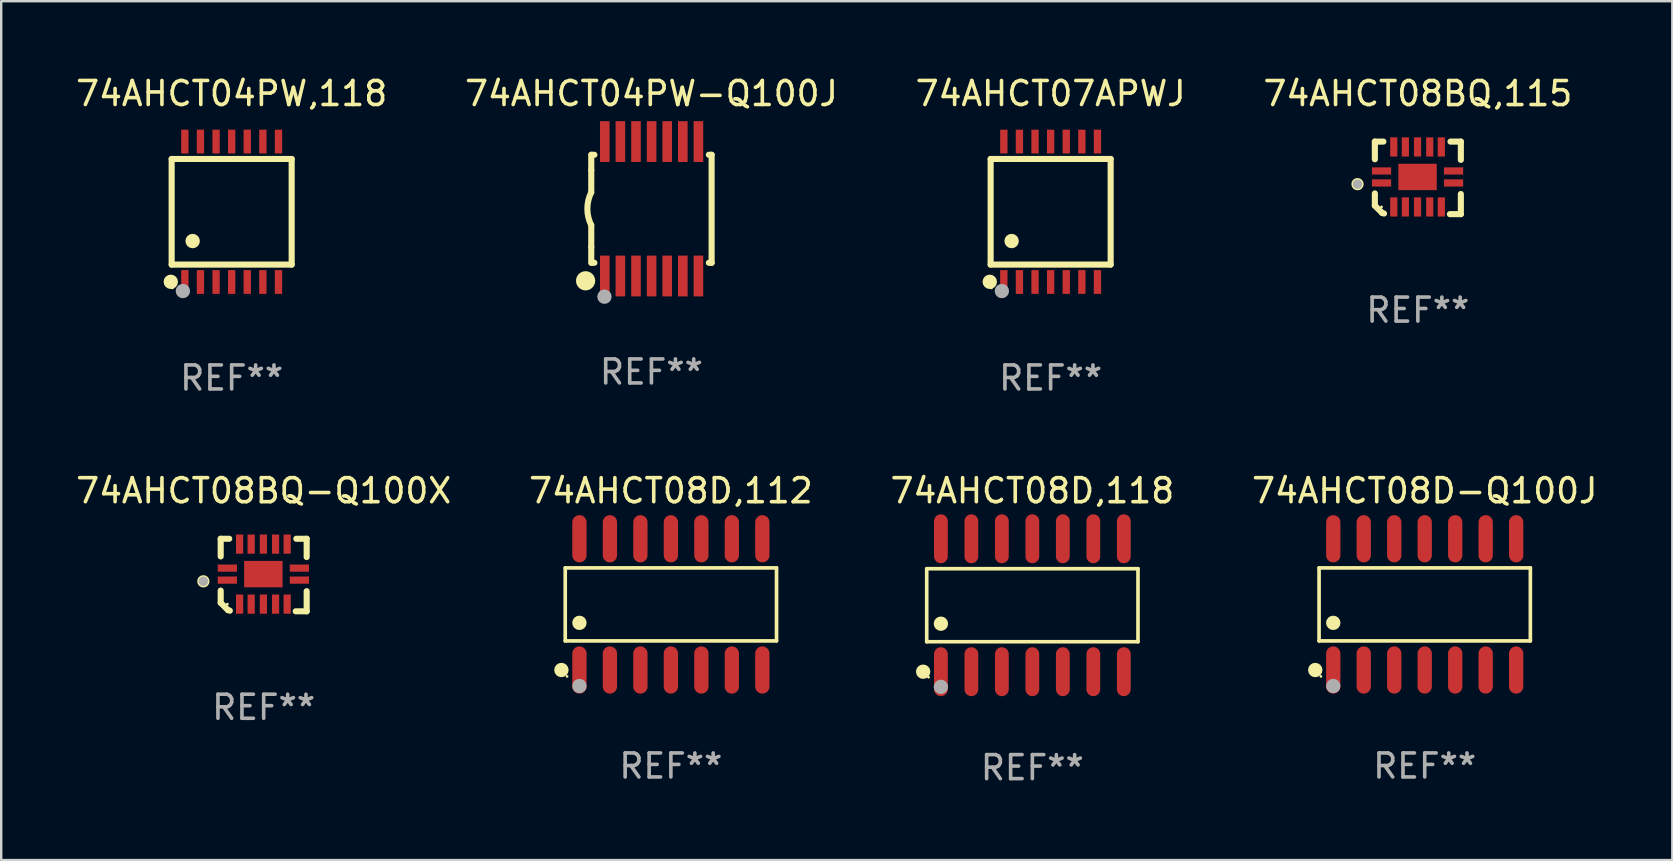
<source format=kicad_pcb>
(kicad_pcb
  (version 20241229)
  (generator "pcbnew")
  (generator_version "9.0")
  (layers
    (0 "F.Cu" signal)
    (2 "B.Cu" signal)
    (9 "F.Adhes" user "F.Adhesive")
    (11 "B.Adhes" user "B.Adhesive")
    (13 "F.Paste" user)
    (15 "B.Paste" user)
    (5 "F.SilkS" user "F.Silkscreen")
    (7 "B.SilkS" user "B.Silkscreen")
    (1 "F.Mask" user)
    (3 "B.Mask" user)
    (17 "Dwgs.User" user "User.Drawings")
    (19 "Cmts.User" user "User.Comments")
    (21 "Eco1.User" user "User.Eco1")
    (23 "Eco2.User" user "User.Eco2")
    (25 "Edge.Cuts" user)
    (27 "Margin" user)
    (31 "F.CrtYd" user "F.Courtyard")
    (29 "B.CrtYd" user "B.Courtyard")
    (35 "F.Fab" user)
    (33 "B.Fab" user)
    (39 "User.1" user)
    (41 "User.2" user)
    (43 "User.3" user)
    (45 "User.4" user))
  (footprint "74AHCT08D-Q100J"
    (layer "F.Cu")
    (at 56.304 22.129)
    (property "Reference" "74AHCT08D-Q100J" (at 0 -4.734 0) (layer "F.SilkS") (effects (font (size 1 1) (thickness 0.15))))
    (attr through_hole)
    (fp_line (start -4.401 -1.521) (end 4.401 -1.521) (stroke (width 0.152) (type solid)) (layer "F.SilkS"))
    (fp_line (start -4.401 1.521) (end -4.401 -1.521) (stroke (width 0.152) (type solid)) (layer "F.SilkS"))
    (fp_line (start 4.401 -1.521) (end 4.401 1.521) (stroke (width 0.152) (type solid)) (layer "F.SilkS"))
    (fp_line (start 4.401 1.521) (end -4.401 1.521) (stroke (width 0.152) (type solid)) (layer "F.SilkS"))
    (fp_circle (center -4.56 2.734) (end -4.41 2.734) (stroke (width 0.3) (type solid)) (fill no) (layer "F.SilkS"))
    (fp_circle (center -4.325 3) (end -4.295 3) (stroke (width 0.06) (type solid)) (fill no) (layer "F.SilkS"))
    (fp_circle (center -3.81 0.769) (end -3.66 0.769) (stroke (width 0.3) (type solid)) (fill no) (layer "F.SilkS"))
    (fp_circle (center -3.81 3.4) (end -3.66 3.4) (stroke (width 0.3) (type solid)) (fill no) (layer "F.Fab"))
    (fp_text user "REF**" (at 0 6.734 0) (layer "F.Fab") (effects (font (size 1 1) (thickness 0.15))))
    (pad "1" smd oval (at -3.81 2.734) (size 0.595 1.968) (layers "F.Cu" "F.Mask" "F.Paste"))
    (pad "2" smd oval (at -2.54 2.734) (size 0.595 1.968) (layers "F.Cu" "F.Mask" "F.Paste"))
    (pad "3" smd oval (at -1.27 2.734) (size 0.595 1.968) (layers "F.Cu" "F.Mask" "F.Paste"))
    (pad "4" smd oval (at 0 2.734) (size 0.595 1.968) (layers "F.Cu" "F.Mask" "F.Paste"))
    (pad "5" smd oval (at 1.27 2.734) (size 0.595 1.968) (layers "F.Cu" "F.Mask" "F.Paste"))
    (pad "6" smd oval (at 2.54 2.734) (size 0.595 1.968) (layers "F.Cu" "F.Mask" "F.Paste"))
    (pad "7" smd oval (at 3.81 2.734) (size 0.595 1.968) (layers "F.Cu" "F.Mask" "F.Paste"))
    (pad "8" smd oval (at 3.81 -2.734) (size 0.595 1.968) (layers "F.Cu" "F.Mask" "F.Paste"))
    (pad "9" smd oval (at 2.54 -2.734) (size 0.595 1.968) (layers "F.Cu" "F.Mask" "F.Paste"))
    (pad "10" smd oval (at 1.27 -2.734) (size 0.595 1.968) (layers "F.Cu" "F.Mask" "F.Paste"))
    (pad "11" smd oval (at 0 -2.734) (size 0.595 1.968) (layers "F.Cu" "F.Mask" "F.Paste"))
    (pad "12" smd oval (at -1.27 -2.734) (size 0.595 1.968) (layers "F.Cu" "F.Mask" "F.Paste"))
    (pad "13" smd oval (at -2.54 -2.734) (size 0.595 1.968) (layers "F.Cu" "F.Mask" "F.Paste"))
    (pad "14" smd oval (at -3.81 -2.734) (size 0.595 1.968) (layers "F.Cu" "F.Mask" "F.Paste")))
  (footprint "74AHCT08BQ,115"
    (layer "F.Cu")
    (at 56.018 4.36)
    (property "Reference" "74AHCT08BQ,115" (at 0 -3.511 0) (layer "F.SilkS") (effects (font (size 1 1) (thickness 0.15))))
    (attr through_hole)
    (fp_line (start -1.791 -1.511) (end -1.435 -1.511) (stroke (width 0.254) (type solid)) (layer "F.SilkS"))
    (fp_line (start -1.791 -0.775) (end -1.791 -1.511) (stroke (width 0.254) (type solid)) (layer "F.SilkS"))
    (fp_line (start -1.791 1.156) (end -1.791 0.648) (stroke (width 0.254) (type solid)) (layer "F.SilkS"))
    (fp_line (start -1.486 1.461) (end -1.791 1.156) (stroke (width 0.254) (type solid)) (layer "F.SilkS"))
    (fp_line (start -1.41 1.486) (end -1.486 1.461) (stroke (width 0.254) (type solid)) (layer "F.SilkS"))
    (fp_line (start 1.334 1.511) (end 1.791 1.511) (stroke (width 0.254) (type solid)) (layer "F.SilkS"))
    (fp_line (start 1.791 -1.511) (end 1.359 -1.511) (stroke (width 0.254) (type solid)) (layer "F.SilkS"))
    (fp_line (start 1.791 -0.749) (end 1.791 -1.511) (stroke (width 0.254) (type solid)) (layer "F.SilkS"))
    (fp_line (start 1.791 1.511) (end 1.791 0.673) (stroke (width 0.254) (type solid)) (layer "F.SilkS"))
    (fp_circle (center -2.513 0.262) (end -2.383 0.262) (stroke (width 0.254) (type solid)) (fill no) (layer "F.SilkS"))
    (fp_circle (center -1.513 1.212) (end -1.483 1.212) (stroke (width 0.06) (type solid)) (fill no) (layer "F.SilkS"))
    (fp_circle (center -2.513 0.262) (end -2.413 0.262) (stroke (width 0.2) (type solid)) (fill no) (layer "F.Fab"))
    (fp_text user "REF**" (at 0 5.511 0) (layer "F.Fab") (effects (font (size 1 1) (thickness 0.15))))
    (pad "1" smd rect (at -1.513 0.212) (size 0.8 0.3) (layers "F.Cu" "F.Mask" "F.Paste"))
    (pad "2" smd rect (at -1.003 1.212) (size 0.3 0.8) (layers "F.Cu" "F.Mask" "F.Paste"))
    (pad "3" smd rect (at -0.521 1.212) (size 0.3 0.8) (layers "F.Cu" "F.Mask" "F.Paste"))
    (pad "4" smd rect (at -0.013 1.212) (size 0.3 0.8) (layers "F.Cu" "F.Mask" "F.Paste"))
    (pad "5" smd rect (at 0.495 1.212) (size 0.3 0.8) (layers "F.Cu" "F.Mask" "F.Paste"))
    (pad "6" smd rect (at 0.978 1.212) (size 0.3 0.8) (layers "F.Cu" "F.Mask" "F.Paste"))
    (pad "7" smd rect (at 1.487 0.212) (size 0.8 0.3) (layers "F.Cu" "F.Mask" "F.Paste"))
    (pad "8" smd rect (at 1.487 -0.288) (size 0.8 0.3) (layers "F.Cu" "F.Mask" "F.Paste"))
    (pad "9" smd rect (at 0.978 -1.288) (size 0.3 0.8) (layers "F.Cu" "F.Mask" "F.Paste"))
    (pad "10" smd rect (at 0.495 -1.288) (size 0.3 0.8) (layers "F.Cu" "F.Mask" "F.Paste"))
    (pad "11" smd rect (at -0.013 -1.288) (size 0.3 0.8) (layers "F.Cu" "F.Mask" "F.Paste"))
    (pad "12" smd rect (at -0.521 -1.288) (size 0.3 0.8) (layers "F.Cu" "F.Mask" "F.Paste"))
    (pad "13" smd rect (at -1.003 -1.288) (size 0.3 0.8) (layers "F.Cu" "F.Mask" "F.Paste"))
    (pad "14" smd rect (at -1.513 -0.288) (size 0.8 0.3) (layers "F.Cu" "F.Mask" "F.Paste"))
    (pad "15" smd rect (at -0.013 -0.038 90) (size 1.1 1.6) (layers "F.Cu" "F.Mask" "F.Paste")))
  (footprint "74AHCT08BQ-Q100X"
    (layer "F.Cu")
    (at 7.935 20.906)
    (property "Reference" "74AHCT08BQ-Q100X" (at 0 -3.511 0) (layer "F.SilkS") (effects (font (size 1 1) (thickness 0.15))))
    (attr through_hole)
    (fp_line (start -1.791 -1.511) (end -1.435 -1.511) (stroke (width 0.254) (type solid)) (layer "F.SilkS"))
    (fp_line (start -1.791 -0.775) (end -1.791 -1.511) (stroke (width 0.254) (type solid)) (layer "F.SilkS"))
    (fp_line (start -1.791 1.156) (end -1.791 0.648) (stroke (width 0.254) (type solid)) (layer "F.SilkS"))
    (fp_line (start -1.486 1.461) (end -1.791 1.156) (stroke (width 0.254) (type solid)) (layer "F.SilkS"))
    (fp_line (start -1.41 1.486) (end -1.486 1.461) (stroke (width 0.254) (type solid)) (layer "F.SilkS"))
    (fp_line (start 1.334 1.511) (end 1.791 1.511) (stroke (width 0.254) (type solid)) (layer "F.SilkS"))
    (fp_line (start 1.791 -1.511) (end 1.359 -1.511) (stroke (width 0.254) (type solid)) (layer "F.SilkS"))
    (fp_line (start 1.791 -0.749) (end 1.791 -1.511) (stroke (width 0.254) (type solid)) (layer "F.SilkS"))
    (fp_line (start 1.791 1.511) (end 1.791 0.673) (stroke (width 0.254) (type solid)) (layer "F.SilkS"))
    (fp_circle (center -2.513 0.262) (end -2.383 0.262) (stroke (width 0.254) (type solid)) (fill no) (layer "F.SilkS"))
    (fp_circle (center -1.513 1.212) (end -1.483 1.212) (stroke (width 0.06) (type solid)) (fill no) (layer "F.SilkS"))
    (fp_circle (center -2.513 0.262) (end -2.413 0.262) (stroke (width 0.2) (type solid)) (fill no) (layer "F.Fab"))
    (fp_text user "REF**" (at 0 5.511 0) (layer "F.Fab") (effects (font (size 1 1) (thickness 0.15))))
    (pad "1" smd rect (at -1.513 0.212) (size 0.8 0.3) (layers "F.Cu" "F.Mask" "F.Paste"))
    (pad "2" smd rect (at -1.003 1.212) (size 0.3 0.8) (layers "F.Cu" "F.Mask" "F.Paste"))
    (pad "3" smd rect (at -0.521 1.212) (size 0.3 0.8) (layers "F.Cu" "F.Mask" "F.Paste"))
    (pad "4" smd rect (at -0.013 1.212) (size 0.3 0.8) (layers "F.Cu" "F.Mask" "F.Paste"))
    (pad "5" smd rect (at 0.495 1.212) (size 0.3 0.8) (layers "F.Cu" "F.Mask" "F.Paste"))
    (pad "6" smd rect (at 0.978 1.212) (size 0.3 0.8) (layers "F.Cu" "F.Mask" "F.Paste"))
    (pad "7" smd rect (at 1.487 0.212) (size 0.8 0.3) (layers "F.Cu" "F.Mask" "F.Paste"))
    (pad "8" smd rect (at 1.487 -0.288) (size 0.8 0.3) (layers "F.Cu" "F.Mask" "F.Paste"))
    (pad "9" smd rect (at 0.978 -1.288) (size 0.3 0.8) (layers "F.Cu" "F.Mask" "F.Paste"))
    (pad "10" smd rect (at 0.495 -1.288) (size 0.3 0.8) (layers "F.Cu" "F.Mask" "F.Paste"))
    (pad "11" smd rect (at -0.013 -1.288) (size 0.3 0.8) (layers "F.Cu" "F.Mask" "F.Paste"))
    (pad "12" smd rect (at -0.521 -1.288) (size 0.3 0.8) (layers "F.Cu" "F.Mask" "F.Paste"))
    (pad "13" smd rect (at -1.003 -1.288) (size 0.3 0.8) (layers "F.Cu" "F.Mask" "F.Paste"))
    (pad "14" smd rect (at -1.513 -0.288) (size 0.8 0.3) (layers "F.Cu" "F.Mask" "F.Paste"))
    (pad "15" smd rect (at -0.013 -0.038 90) (size 1.1 1.6) (layers "F.Cu" "F.Mask" "F.Paste")))
  (footprint "74AHCT04PW-Q100J"
    (layer "F.Cu")
    (at 24.089 5.648)
    (property "Reference" "74AHCT04PW-Q100J" (at 0 -4.8 0) (layer "F.SilkS") (effects (font (size 1 1) (thickness 0.15))))
    (attr through_hole)
    (fp_line (start -2.507 -1.6) (end -2.507 -2.25) (stroke (width 0.254) (type solid)) (layer "F.SilkS"))
    (fp_line (start -2.507 -0.686) (end -2.507 -1.6) (stroke (width 0.254) (type solid)) (layer "F.SilkS"))
    (fp_line (start -2.507 1.6) (end -2.507 0.686) (stroke (width 0.254) (type solid)) (layer "F.SilkS"))
    (fp_line (start -2.507 1.6) (end -2.507 2.25) (stroke (width 0.254) (type solid)) (layer "F.SilkS"))
    (fp_line (start -2.493 -2.25) (end -2.377 -2.25) (stroke (width 0.254) (type solid)) (layer "F.SilkS"))
    (fp_line (start -2.377 2.25) (end -2.493 2.25) (stroke (width 0.254) (type solid)) (layer "F.SilkS"))
    (fp_line (start 2.392 -2.25) (end 2.507 -2.25) (stroke (width 0.254) (type solid)) (layer "F.SilkS"))
    (fp_line (start 2.507 -2.25) (end 2.507 2.25) (stroke (width 0.254) (type solid)) (layer "F.SilkS"))
    (fp_line (start 2.507 2.25) (end 2.392 2.25) (stroke (width 0.254) (type solid)) (layer "F.SilkS"))
    (fp_arc (start -2.507303 0.685802) (mid -2.669199 0) (end -2.507303 -0.685801) (stroke (width 0.254001) (type solid)) (layer "F.SilkS"))
    (fp_circle (center -2.743 3) (end -2.543 3) (stroke (width 0.4) (type solid)) (fill no) (layer "F.SilkS"))
    (fp_circle (center -2.493 3.2) (end -2.463 3.2) (stroke (width 0.06) (type solid)) (fill no) (layer "F.SilkS"))
    (fp_circle (center -1.957 3.662) (end -1.807 3.662) (stroke (width 0.3) (type solid)) (fill no) (layer "F.Fab"))
    (fp_text user "REF**" (at 0 6.8 0) (layer "F.Fab") (effects (font (size 1 1) (thickness 0.15))))
    (pad "1" smd rect (at -1.943 2.8) (size 0.4 1.7) (layers "F.Cu" "F.Mask" "F.Paste"))
    (pad "2" smd rect (at -1.293 2.8) (size 0.4 1.7) (layers "F.Cu" "F.Mask" "F.Paste"))
    (pad "3" smd rect (at -0.643 2.8) (size 0.4 1.7) (layers "F.Cu" "F.Mask" "F.Paste"))
    (pad "4" smd rect (at 0.007 2.8) (size 0.4 1.7) (layers "F.Cu" "F.Mask" "F.Paste"))
    (pad "5" smd rect (at 0.657 2.8) (size 0.4 1.7) (layers "F.Cu" "F.Mask" "F.Paste"))
    (pad "6" smd rect (at 1.307 2.8) (size 0.4 1.7) (layers "F.Cu" "F.Mask" "F.Paste"))
    (pad "7" smd rect (at 1.957 2.8) (size 0.4 1.7) (layers "F.Cu" "F.Mask" "F.Paste"))
    (pad "8" smd rect (at 1.957 -2.8) (size 0.4 1.7) (layers "F.Cu" "F.Mask" "F.Paste"))
    (pad "9" smd rect (at 1.307 -2.8) (size 0.4 1.7) (layers "F.Cu" "F.Mask" "F.Paste"))
    (pad "10" smd rect (at 0.657 -2.8) (size 0.4 1.7) (layers "F.Cu" "F.Mask" "F.Paste"))
    (pad "11" smd rect (at 0.007 -2.8) (size 0.4 1.7) (layers "F.Cu" "F.Mask" "F.Paste"))
    (pad "12" smd rect (at -0.643 -2.8) (size 0.4 1.7) (layers "F.Cu" "F.Mask" "F.Paste"))
    (pad "13" smd rect (at -1.293 -2.8) (size 0.4 1.7) (layers "F.Cu" "F.Mask" "F.Paste"))
    (pad "14" smd rect (at -1.943 -2.8) (size 0.4 1.7) (layers "F.Cu" "F.Mask" "F.Paste")))
  (footprint "74AHCT04PW,118"
    (layer "F.Cu")
    (at 6.601 5.773)
    (property "Reference" "74AHCT04PW,118" (at 0 -4.925 0) (layer "F.SilkS") (effects (font (size 1 1) (thickness 0.15))))
    (attr through_hole)
    (fp_line (start -2.5 2.2) (end -2.5 -2.2) (stroke (width 0.254) (type solid)) (layer "F.SilkS"))
    (fp_line (start -2.5 2.2) (end 2.5 2.2) (stroke (width 0.254) (type solid)) (layer "F.SilkS"))
    (fp_line (start 2.5 -2.2) (end -2.5 -2.2) (stroke (width 0.254) (type solid)) (layer "F.SilkS"))
    (fp_line (start 2.5 -2.2) (end 2.5 2.2) (stroke (width 0.254) (type solid)) (layer "F.SilkS"))
    (fp_circle (center -2.536 2.917) (end -2.386 2.917) (stroke (width 0.3) (type solid)) (fill no) (layer "F.SilkS"))
    (fp_circle (center -2.47 3.17) (end -2.44 3.17) (stroke (width 0.06) (type solid)) (fill no) (layer "F.SilkS"))
    (fp_circle (center -1.626 1.219) (end -1.475 1.219) (stroke (width 0.3) (type solid)) (fill no) (layer "F.SilkS"))
    (fp_circle (center -2.032 3.302) (end -1.882 3.302) (stroke (width 0.3) (type solid)) (fill no) (layer "F.Fab"))
    (fp_text user "REF**" (at 0 6.925 0) (layer "F.Fab") (effects (font (size 1 1) (thickness 0.15))))
    (pad "1" smd rect (at -1.95 2.925) (size 0.305 0.991) (layers "F.Cu" "F.Mask" "F.Paste"))
    (pad "2" smd rect (at -1.3 2.925) (size 0.305 0.991) (layers "F.Cu" "F.Mask" "F.Paste"))
    (pad "3" smd rect (at -0.65 2.925) (size 0.305 0.991) (layers "F.Cu" "F.Mask" "F.Paste"))
    (pad "4" smd rect (at 0 2.925) (size 0.305 0.991) (layers "F.Cu" "F.Mask" "F.Paste"))
    (pad "5" smd rect (at 0.65 2.925) (size 0.305 0.991) (layers "F.Cu" "F.Mask" "F.Paste"))
    (pad "6" smd rect (at 1.3 2.925) (size 0.305 0.991) (layers "F.Cu" "F.Mask" "F.Paste"))
    (pad "7" smd rect (at 1.95 2.925) (size 0.305 0.991) (layers "F.Cu" "F.Mask" "F.Paste"))
    (pad "8" smd rect (at 1.95 -2.925) (size 0.305 0.991) (layers "F.Cu" "F.Mask" "F.Paste"))
    (pad "9" smd rect (at 1.3 -2.925) (size 0.305 0.991) (layers "F.Cu" "F.Mask" "F.Paste"))
    (pad "10" smd rect (at 0.65 -2.925) (size 0.305 0.991) (layers "F.Cu" "F.Mask" "F.Paste"))
    (pad "11" smd rect (at 0 -2.925) (size 0.305 0.991) (layers "F.Cu" "F.Mask" "F.Paste"))
    (pad "12" smd rect (at -0.65 -2.925) (size 0.305 0.991) (layers "F.Cu" "F.Mask" "F.Paste"))
    (pad "13" smd rect (at -1.3 -2.925) (size 0.305 0.991) (layers "F.Cu" "F.Mask" "F.Paste"))
    (pad "14" smd rect (at -1.95 -2.925) (size 0.305 0.991) (layers "F.Cu" "F.Mask" "F.Paste")))
  (footprint "74AHCT08D,118"
    (layer "F.Cu")
    (at 39.958 22.164)
    (property "Reference" "74AHCT08D,118" (at 0 -4.769 0) (layer "F.SilkS") (effects (font (size 1 1) (thickness 0.15))))
    (attr through_hole)
    (fp_line (start -4.401 -1.521) (end 4.401 -1.521) (stroke (width 0.152) (type solid)) (layer "F.SilkS"))
    (fp_line (start -4.401 1.521) (end -4.401 -1.521) (stroke (width 0.152) (type solid)) (layer "F.SilkS"))
    (fp_line (start 4.401 -1.521) (end 4.401 1.521) (stroke (width 0.152) (type solid)) (layer "F.SilkS"))
    (fp_line (start 4.401 1.521) (end -4.401 1.521) (stroke (width 0.152) (type solid)) (layer "F.SilkS"))
    (fp_circle (center -4.549 2.769) (end -4.399 2.769) (stroke (width 0.3) (type solid)) (fill no) (layer "F.SilkS"))
    (fp_circle (center -4.325 3) (end -4.295 3) (stroke (width 0.06) (type solid)) (fill no) (layer "F.SilkS"))
    (fp_circle (center -3.81 0.769) (end -3.66 0.769) (stroke (width 0.3) (type solid)) (fill no) (layer "F.SilkS"))
    (fp_circle (center -3.81 3.4) (end -3.66 3.4) (stroke (width 0.3) (type solid)) (fill no) (layer "F.Fab"))
    (fp_text user "REF**" (at 0 6.769 0) (layer "F.Fab") (effects (font (size 1 1) (thickness 0.15))))
    (pad "1" smd oval (at -3.81 2.769) (size 0.574 2.038) (layers "F.Cu" "F.Mask" "F.Paste"))
    (pad "2" smd oval (at -2.54 2.769) (size 0.574 2.038) (layers "F.Cu" "F.Mask" "F.Paste"))
    (pad "3" smd oval (at -1.27 2.769) (size 0.574 2.038) (layers "F.Cu" "F.Mask" "F.Paste"))
    (pad "4" smd oval (at 0 2.769) (size 0.574 2.038) (layers "F.Cu" "F.Mask" "F.Paste"))
    (pad "5" smd oval (at 1.27 2.769) (size 0.574 2.038) (layers "F.Cu" "F.Mask" "F.Paste"))
    (pad "6" smd oval (at 2.54 2.769) (size 0.574 2.038) (layers "F.Cu" "F.Mask" "F.Paste"))
    (pad "7" smd oval (at 3.81 2.769) (size 0.574 2.038) (layers "F.Cu" "F.Mask" "F.Paste"))
    (pad "8" smd oval (at 3.81 -2.769) (size 0.574 2.038) (layers "F.Cu" "F.Mask" "F.Paste"))
    (pad "9" smd oval (at 2.54 -2.769) (size 0.574 2.038) (layers "F.Cu" "F.Mask" "F.Paste"))
    (pad "10" smd oval (at 1.27 -2.769) (size 0.574 2.038) (layers "F.Cu" "F.Mask" "F.Paste"))
    (pad "11" smd oval (at 0 -2.769) (size 0.574 2.038) (layers "F.Cu" "F.Mask" "F.Paste"))
    (pad "12" smd oval (at -1.27 -2.769) (size 0.574 2.038) (layers "F.Cu" "F.Mask" "F.Paste"))
    (pad "13" smd oval (at -2.54 -2.769) (size 0.574 2.038) (layers "F.Cu" "F.Mask" "F.Paste"))
    (pad "14" smd oval (at -3.81 -2.769) (size 0.574 2.038) (layers "F.Cu" "F.Mask" "F.Paste")))
  (footprint "74AHCT08D,112"
    (layer "F.Cu")
    (at 24.899 22.129)
    (property "Reference" "74AHCT08D,112" (at 0 -4.734 0) (layer "F.SilkS") (effects (font (size 1 1) (thickness 0.15))))
    (attr through_hole)
    (fp_line (start -4.401 -1.521) (end 4.401 -1.521) (stroke (width 0.152) (type solid)) (layer "F.SilkS"))
    (fp_line (start -4.401 1.521) (end -4.401 -1.521) (stroke (width 0.152) (type solid)) (layer "F.SilkS"))
    (fp_line (start 4.401 -1.521) (end 4.401 1.521) (stroke (width 0.152) (type solid)) (layer "F.SilkS"))
    (fp_line (start 4.401 1.521) (end -4.401 1.521) (stroke (width 0.152) (type solid)) (layer "F.SilkS"))
    (fp_circle (center -4.56 2.734) (end -4.41 2.734) (stroke (width 0.3) (type solid)) (fill no) (layer "F.SilkS"))
    (fp_circle (center -4.325 3) (end -4.295 3) (stroke (width 0.06) (type solid)) (fill no) (layer "F.SilkS"))
    (fp_circle (center -3.81 0.769) (end -3.66 0.769) (stroke (width 0.3) (type solid)) (fill no) (layer "F.SilkS"))
    (fp_circle (center -3.81 3.4) (end -3.66 3.4) (stroke (width 0.3) (type solid)) (fill no) (layer "F.Fab"))
    (fp_text user "REF**" (at 0 6.734 0) (layer "F.Fab") (effects (font (size 1 1) (thickness 0.15))))
    (pad "1" smd oval (at -3.81 2.734) (size 0.595 1.968) (layers "F.Cu" "F.Mask" "F.Paste"))
    (pad "2" smd oval (at -2.54 2.734) (size 0.595 1.968) (layers "F.Cu" "F.Mask" "F.Paste"))
    (pad "3" smd oval (at -1.27 2.734) (size 0.595 1.968) (layers "F.Cu" "F.Mask" "F.Paste"))
    (pad "4" smd oval (at 0 2.734) (size 0.595 1.968) (layers "F.Cu" "F.Mask" "F.Paste"))
    (pad "5" smd oval (at 1.27 2.734) (size 0.595 1.968) (layers "F.Cu" "F.Mask" "F.Paste"))
    (pad "6" smd oval (at 2.54 2.734) (size 0.595 1.968) (layers "F.Cu" "F.Mask" "F.Paste"))
    (pad "7" smd oval (at 3.81 2.734) (size 0.595 1.968) (layers "F.Cu" "F.Mask" "F.Paste"))
    (pad "8" smd oval (at 3.81 -2.734) (size 0.595 1.968) (layers "F.Cu" "F.Mask" "F.Paste"))
    (pad "9" smd oval (at 2.54 -2.734) (size 0.595 1.968) (layers "F.Cu" "F.Mask" "F.Paste"))
    (pad "10" smd oval (at 1.27 -2.734) (size 0.595 1.968) (layers "F.Cu" "F.Mask" "F.Paste"))
    (pad "11" smd oval (at 0 -2.734) (size 0.595 1.968) (layers "F.Cu" "F.Mask" "F.Paste"))
    (pad "12" smd oval (at -1.27 -2.734) (size 0.595 1.968) (layers "F.Cu" "F.Mask" "F.Paste"))
    (pad "13" smd oval (at -2.54 -2.734) (size 0.595 1.968) (layers "F.Cu" "F.Mask" "F.Paste"))
    (pad "14" smd oval (at -3.81 -2.734) (size 0.595 1.968) (layers "F.Cu" "F.Mask" "F.Paste")))
  (footprint "74AHCT07APWJ"
    (layer "F.Cu")
    (at 40.72 5.773)
    (property "Reference" "74AHCT07APWJ" (at 0 -4.925 0) (layer "F.SilkS") (effects (font (size 1 1) (thickness 0.15))))
    (attr through_hole)
    (fp_line (start -2.5 2.2) (end -2.5 -2.2) (stroke (width 0.254) (type solid)) (layer "F.SilkS"))
    (fp_line (start -2.5 2.2) (end 2.5 2.2) (stroke (width 0.254) (type solid)) (layer "F.SilkS"))
    (fp_line (start 2.5 -2.2) (end -2.5 -2.2) (stroke (width 0.254) (type solid)) (layer "F.SilkS"))
    (fp_line (start 2.5 -2.2) (end 2.5 2.2) (stroke (width 0.254) (type solid)) (layer "F.SilkS"))
    (fp_circle (center -2.536 2.917) (end -2.386 2.917) (stroke (width 0.3) (type solid)) (fill no) (layer "F.SilkS"))
    (fp_circle (center -2.47 3.17) (end -2.44 3.17) (stroke (width 0.06) (type solid)) (fill no) (layer "F.SilkS"))
    (fp_circle (center -1.626 1.219) (end -1.475 1.219) (stroke (width 0.3) (type solid)) (fill no) (layer "F.SilkS"))
    (fp_circle (center -2.032 3.302) (end -1.882 3.302) (stroke (width 0.3) (type solid)) (fill no) (layer "F.Fab"))
    (fp_text user "REF**" (at 0 6.925 0) (layer "F.Fab") (effects (font (size 1 1) (thickness 0.15))))
    (pad "1" smd rect (at -1.95 2.925) (size 0.305 0.991) (layers "F.Cu" "F.Mask" "F.Paste"))
    (pad "2" smd rect (at -1.3 2.925) (size 0.305 0.991) (layers "F.Cu" "F.Mask" "F.Paste"))
    (pad "3" smd rect (at -0.65 2.925) (size 0.305 0.991) (layers "F.Cu" "F.Mask" "F.Paste"))
    (pad "4" smd rect (at 0 2.925) (size 0.305 0.991) (layers "F.Cu" "F.Mask" "F.Paste"))
    (pad "5" smd rect (at 0.65 2.925) (size 0.305 0.991) (layers "F.Cu" "F.Mask" "F.Paste"))
    (pad "6" smd rect (at 1.3 2.925) (size 0.305 0.991) (layers "F.Cu" "F.Mask" "F.Paste"))
    (pad "7" smd rect (at 1.95 2.925) (size 0.305 0.991) (layers "F.Cu" "F.Mask" "F.Paste"))
    (pad "8" smd rect (at 1.95 -2.925) (size 0.305 0.991) (layers "F.Cu" "F.Mask" "F.Paste"))
    (pad "9" smd rect (at 1.3 -2.925) (size 0.305 0.991) (layers "F.Cu" "F.Mask" "F.Paste"))
    (pad "10" smd rect (at 0.65 -2.925) (size 0.305 0.991) (layers "F.Cu" "F.Mask" "F.Paste"))
    (pad "11" smd rect (at 0 -2.925) (size 0.305 0.991) (layers "F.Cu" "F.Mask" "F.Paste"))
    (pad "12" smd rect (at -0.65 -2.925) (size 0.305 0.991) (layers "F.Cu" "F.Mask" "F.Paste"))
    (pad "13" smd rect (at -1.3 -2.925) (size 0.305 0.991) (layers "F.Cu" "F.Mask" "F.Paste"))
    (pad "14" smd rect (at -1.95 -2.925) (size 0.305 0.991) (layers "F.Cu" "F.Mask" "F.Paste")))
  (gr_rect
    (start -3 -3)
    (end 66.619 32.781)
    (stroke (width 0.1) (type default))
    (fill no)
    (layer "Edge.Cuts")))
</source>
